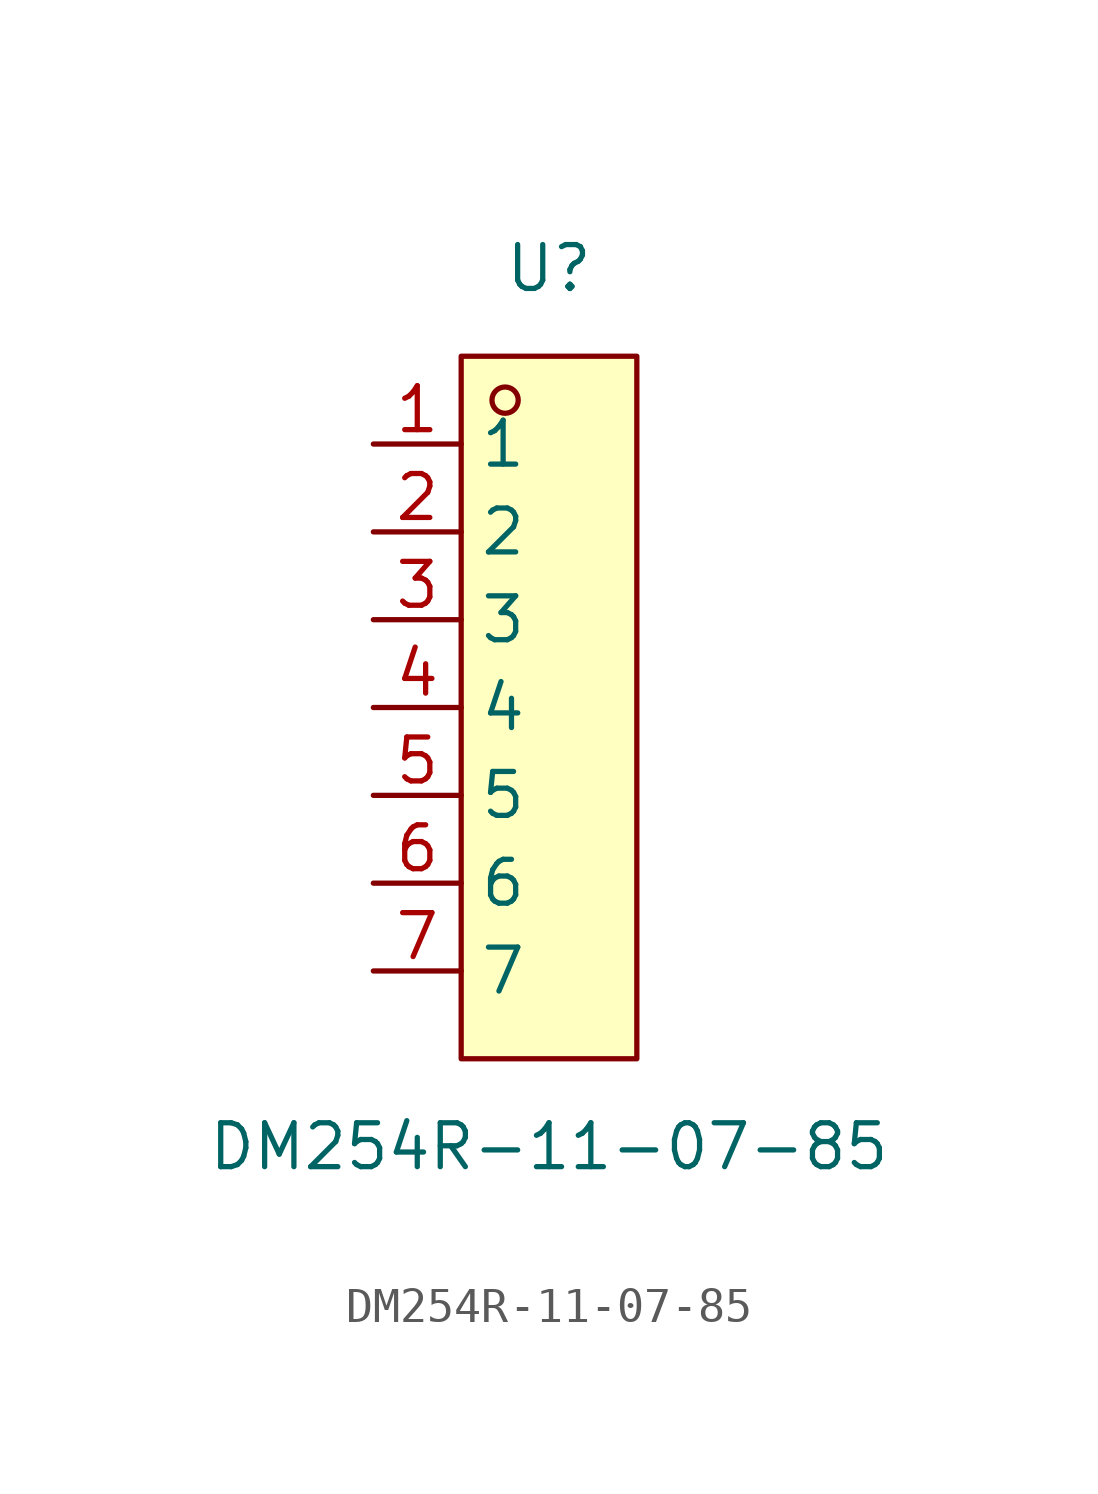
<source format=kicad_sym>
(kicad_symbol_lib
  (version 20211014)
  (generator https://github.com/uPesy/easyeda2kicad.py)
  (symbol "DM254R-11-07-85"
    (property "Reference" "U"
      (at 0 12.70 0)
      (effects (font (size 1.27 1.27))))
    (property "Value" "DM254R-11-07-85"
      (at 0 -12.70 0)
      (effects (font (size 1.27 1.27))))
    (symbol "DM254R-11-07-85_0_1"
      (rectangle (start -2.54 10.16) (end 2.54 -10.16) (stroke (width 0) (type default) (color 0 0 0 0)) (fill (type background)))
      (circle (center -1.27 8.89) (radius 0.38) (stroke (width 0) (type default) (color 0 0 0 0)) (fill (type none)))
      (pin unspecified line (at -5.08 7.62 0) (length 2.54) (name "1" (effects (font (size 1.27 1.27)))) (number "1" (effects (font (size 1.27 1.27)))))
      (pin unspecified line (at -5.08 5.08 0) (length 2.54) (name "2" (effects (font (size 1.27 1.27)))) (number "2" (effects (font (size 1.27 1.27)))))
      (pin unspecified line (at -5.08 2.54 0) (length 2.54) (name "3" (effects (font (size 1.27 1.27)))) (number "3" (effects (font (size 1.27 1.27)))))
      (pin unspecified line (at -5.08 -0.00 0) (length 2.54) (name "4" (effects (font (size 1.27 1.27)))) (number "4" (effects (font (size 1.27 1.27)))))
      (pin unspecified line (at -5.08 -2.54 0) (length 2.54) (name "5" (effects (font (size 1.27 1.27)))) (number "5" (effects (font (size 1.27 1.27)))))
      (pin unspecified line (at -5.08 -5.08 0) (length 2.54) (name "6" (effects (font (size 1.27 1.27)))) (number "6" (effects (font (size 1.27 1.27)))))
      (pin unspecified line (at -5.08 -7.62 0) (length 2.54) (name "7" (effects (font (size 1.27 1.27)))) (number "7" (effects (font (size 1.27 1.27))))))))
</source>
